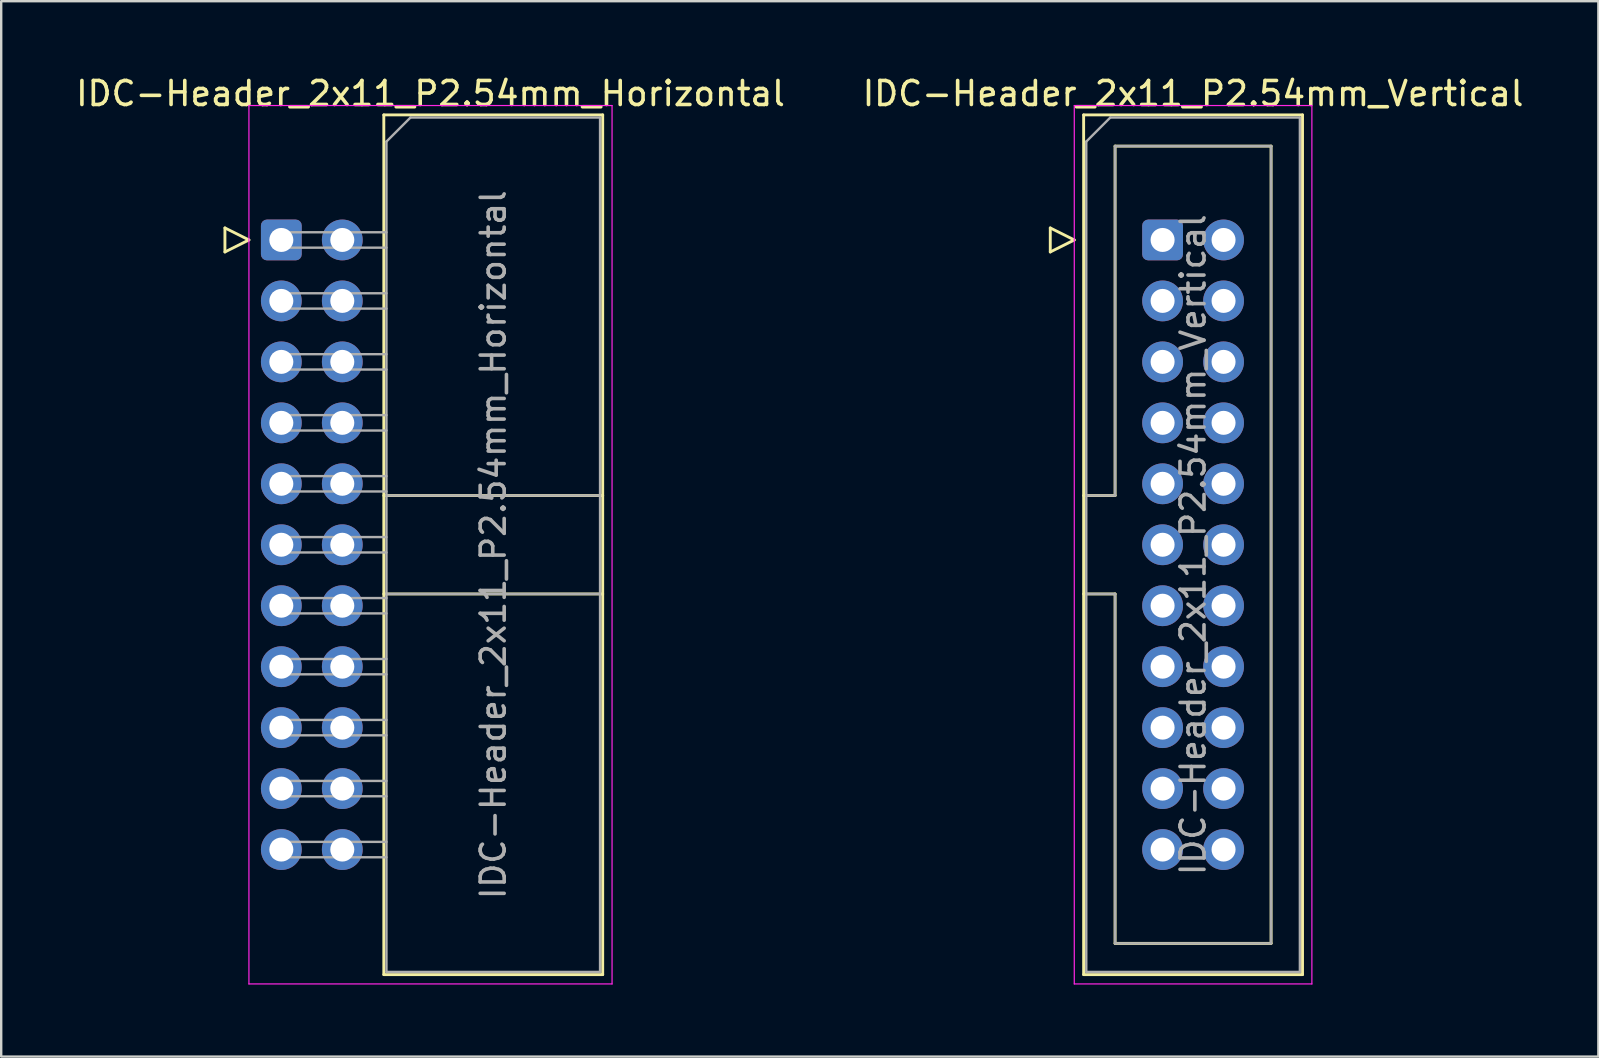
<source format=kicad_pcb>
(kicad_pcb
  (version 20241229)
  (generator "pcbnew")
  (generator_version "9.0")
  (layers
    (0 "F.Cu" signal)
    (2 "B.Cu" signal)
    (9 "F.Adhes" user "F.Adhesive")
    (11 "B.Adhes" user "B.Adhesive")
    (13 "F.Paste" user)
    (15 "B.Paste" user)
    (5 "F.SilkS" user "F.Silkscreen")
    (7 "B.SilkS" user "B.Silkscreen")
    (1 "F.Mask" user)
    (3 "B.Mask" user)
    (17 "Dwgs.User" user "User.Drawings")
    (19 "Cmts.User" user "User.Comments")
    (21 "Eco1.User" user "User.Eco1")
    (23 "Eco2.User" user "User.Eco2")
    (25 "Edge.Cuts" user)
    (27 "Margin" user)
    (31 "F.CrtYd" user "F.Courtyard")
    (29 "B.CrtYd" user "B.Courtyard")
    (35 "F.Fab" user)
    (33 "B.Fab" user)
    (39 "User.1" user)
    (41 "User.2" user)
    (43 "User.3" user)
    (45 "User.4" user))
  (footprint "IDC-Header_2x11_P2.54mm_Horizontal"
    (layer "F.Cu")
    (at 8.672 6.948)
    (property "Reference" "IDC-Header_2x11_P2.54mm_Horizontal" (at 6.215 -6.1 0) (layer "F.SilkS") (effects (font (size 1 1) (thickness 0.15))))
    (attr through_hole)
    (fp_line (start -2.35 -0.5) (end -2.35 0.5) (stroke (width 0.12) (type solid)) (layer "F.SilkS"))
    (fp_line (start -2.35 0.5) (end -1.35 0) (stroke (width 0.12) (type solid)) (layer "F.SilkS"))
    (fp_line (start -1.35 0) (end -2.35 -0.5) (stroke (width 0.12) (type solid)) (layer "F.SilkS"))
    (fp_line (start 4.27 -5.21) (end 13.39 -5.21) (stroke (width 0.12) (type solid)) (layer "F.SilkS"))
    (fp_line (start 4.27 10.65) (end 13.39 10.65) (stroke (width 0.12) (type solid)) (layer "F.SilkS"))
    (fp_line (start 4.27 14.75) (end 13.39 14.75) (stroke (width 0.12) (type solid)) (layer "F.SilkS"))
    (fp_line (start 4.27 30.61) (end 4.27 -5.21) (stroke (width 0.12) (type solid)) (layer "F.SilkS"))
    (fp_line (start 13.39 -5.21) (end 13.39 30.61) (stroke (width 0.12) (type solid)) (layer "F.SilkS"))
    (fp_line (start 13.39 30.61) (end 4.27 30.61) (stroke (width 0.12) (type solid)) (layer "F.SilkS"))
    (fp_line (start -1.35 -5.6) (end -1.35 31) (stroke (width 0.05) (type solid)) (layer "F.CrtYd"))
    (fp_line (start -1.35 31) (end 13.78 31) (stroke (width 0.05) (type solid)) (layer "F.CrtYd"))
    (fp_line (start 13.78 -5.6) (end -1.35 -5.6) (stroke (width 0.05) (type solid)) (layer "F.CrtYd"))
    (fp_line (start 13.78 31) (end 13.78 -5.6) (stroke (width 0.05) (type solid)) (layer "F.CrtYd"))
    (fp_line (start -0.32 -0.32) (end -0.32 0.32) (stroke (width 0.1) (type solid)) (layer "F.Fab"))
    (fp_line (start -0.32 0.32) (end 4.38 0.32) (stroke (width 0.1) (type solid)) (layer "F.Fab"))
    (fp_line (start -0.32 2.22) (end -0.32 2.86) (stroke (width 0.1) (type solid)) (layer "F.Fab"))
    (fp_line (start -0.32 2.86) (end 4.38 2.86) (stroke (width 0.1) (type solid)) (layer "F.Fab"))
    (fp_line (start -0.32 4.76) (end -0.32 5.4) (stroke (width 0.1) (type solid)) (layer "F.Fab"))
    (fp_line (start -0.32 5.4) (end 4.38 5.4) (stroke (width 0.1) (type solid)) (layer "F.Fab"))
    (fp_line (start -0.32 7.3) (end -0.32 7.94) (stroke (width 0.1) (type solid)) (layer "F.Fab"))
    (fp_line (start -0.32 7.94) (end 4.38 7.94) (stroke (width 0.1) (type solid)) (layer "F.Fab"))
    (fp_line (start -0.32 9.84) (end -0.32 10.48) (stroke (width 0.1) (type solid)) (layer "F.Fab"))
    (fp_line (start -0.32 10.48) (end 4.38 10.48) (stroke (width 0.1) (type solid)) (layer "F.Fab"))
    (fp_line (start -0.32 12.38) (end -0.32 13.02) (stroke (width 0.1) (type solid)) (layer "F.Fab"))
    (fp_line (start -0.32 13.02) (end 4.38 13.02) (stroke (width 0.1) (type solid)) (layer "F.Fab"))
    (fp_line (start -0.32 14.92) (end -0.32 15.56) (stroke (width 0.1) (type solid)) (layer "F.Fab"))
    (fp_line (start -0.32 15.56) (end 4.38 15.56) (stroke (width 0.1) (type solid)) (layer "F.Fab"))
    (fp_line (start -0.32 17.46) (end -0.32 18.1) (stroke (width 0.1) (type solid)) (layer "F.Fab"))
    (fp_line (start -0.32 18.1) (end 4.38 18.1) (stroke (width 0.1) (type solid)) (layer "F.Fab"))
    (fp_line (start -0.32 20) (end -0.32 20.64) (stroke (width 0.1) (type solid)) (layer "F.Fab"))
    (fp_line (start -0.32 20.64) (end 4.38 20.64) (stroke (width 0.1) (type solid)) (layer "F.Fab"))
    (fp_line (start -0.32 22.54) (end -0.32 23.18) (stroke (width 0.1) (type solid)) (layer "F.Fab"))
    (fp_line (start -0.32 23.18) (end 4.38 23.18) (stroke (width 0.1) (type solid)) (layer "F.Fab"))
    (fp_line (start -0.32 25.08) (end -0.32 25.72) (stroke (width 0.1) (type solid)) (layer "F.Fab"))
    (fp_line (start -0.32 25.72) (end 4.38 25.72) (stroke (width 0.1) (type solid)) (layer "F.Fab"))
    (fp_line (start 4.38 -4.1) (end 5.38 -5.1) (stroke (width 0.1) (type solid)) (layer "F.Fab"))
    (fp_line (start 4.38 -0.32) (end -0.32 -0.32) (stroke (width 0.1) (type solid)) (layer "F.Fab"))
    (fp_line (start 4.38 2.22) (end -0.32 2.22) (stroke (width 0.1) (type solid)) (layer "F.Fab"))
    (fp_line (start 4.38 4.76) (end -0.32 4.76) (stroke (width 0.1) (type solid)) (layer "F.Fab"))
    (fp_line (start 4.38 7.3) (end -0.32 7.3) (stroke (width 0.1) (type solid)) (layer "F.Fab"))
    (fp_line (start 4.38 9.84) (end -0.32 9.84) (stroke (width 0.1) (type solid)) (layer "F.Fab"))
    (fp_line (start 4.38 10.65) (end 13.28 10.65) (stroke (width 0.1) (type solid)) (layer "F.Fab"))
    (fp_line (start 4.38 12.38) (end -0.32 12.38) (stroke (width 0.1) (type solid)) (layer "F.Fab"))
    (fp_line (start 4.38 14.75) (end 13.28 14.75) (stroke (width 0.1) (type solid)) (layer "F.Fab"))
    (fp_line (start 4.38 14.92) (end -0.32 14.92) (stroke (width 0.1) (type solid)) (layer "F.Fab"))
    (fp_line (start 4.38 17.46) (end -0.32 17.46) (stroke (width 0.1) (type solid)) (layer "F.Fab"))
    (fp_line (start 4.38 20) (end -0.32 20) (stroke (width 0.1) (type solid)) (layer "F.Fab"))
    (fp_line (start 4.38 22.54) (end -0.32 22.54) (stroke (width 0.1) (type solid)) (layer "F.Fab"))
    (fp_line (start 4.38 25.08) (end -0.32 25.08) (stroke (width 0.1) (type solid)) (layer "F.Fab"))
    (fp_line (start 4.38 30.5) (end 4.38 -4.1) (stroke (width 0.1) (type solid)) (layer "F.Fab"))
    (fp_line (start 5.38 -5.1) (end 13.28 -5.1) (stroke (width 0.1) (type solid)) (layer "F.Fab"))
    (fp_line (start 13.28 -5.1) (end 13.28 30.5) (stroke (width 0.1) (type solid)) (layer "F.Fab"))
    (fp_line (start 13.28 30.5) (end 4.38 30.5) (stroke (width 0.1) (type solid)) (layer "F.Fab"))
    (fp_text user "${REFERENCE}" (at 8.83 12.7 90) (layer "F.Fab") (effects (font (size 1 1) (thickness 0.15))))
    (pad "1" thru_hole roundrect (at 0 0) (size 1.7 1.7) (drill 1) (layers "*.Cu" "*.Mask") (roundrect_rratio 0.147))
    (pad "2" thru_hole circle (at 2.54 0) (size 1.7 1.7) (drill 1) (layers "*.Cu" "*.Mask"))
    (pad "3" thru_hole circle (at 0 2.54) (size 1.7 1.7) (drill 1) (layers "*.Cu" "*.Mask"))
    (pad "4" thru_hole circle (at 2.54 2.54) (size 1.7 1.7) (drill 1) (layers "*.Cu" "*.Mask"))
    (pad "5" thru_hole circle (at 0 5.08) (size 1.7 1.7) (drill 1) (layers "*.Cu" "*.Mask"))
    (pad "6" thru_hole circle (at 2.54 5.08) (size 1.7 1.7) (drill 1) (layers "*.Cu" "*.Mask"))
    (pad "7" thru_hole circle (at 0 7.62) (size 1.7 1.7) (drill 1) (layers "*.Cu" "*.Mask"))
    (pad "8" thru_hole circle (at 2.54 7.62) (size 1.7 1.7) (drill 1) (layers "*.Cu" "*.Mask"))
    (pad "9" thru_hole circle (at 0 10.16) (size 1.7 1.7) (drill 1) (layers "*.Cu" "*.Mask"))
    (pad "10" thru_hole circle (at 2.54 10.16) (size 1.7 1.7) (drill 1) (layers "*.Cu" "*.Mask"))
    (pad "11" thru_hole circle (at 0 12.7) (size 1.7 1.7) (drill 1) (layers "*.Cu" "*.Mask"))
    (pad "12" thru_hole circle (at 2.54 12.7) (size 1.7 1.7) (drill 1) (layers "*.Cu" "*.Mask"))
    (pad "13" thru_hole circle (at 0 15.24) (size 1.7 1.7) (drill 1) (layers "*.Cu" "*.Mask"))
    (pad "14" thru_hole circle (at 2.54 15.24) (size 1.7 1.7) (drill 1) (layers "*.Cu" "*.Mask"))
    (pad "15" thru_hole circle (at 0 17.78) (size 1.7 1.7) (drill 1) (layers "*.Cu" "*.Mask"))
    (pad "16" thru_hole circle (at 2.54 17.78) (size 1.7 1.7) (drill 1) (layers "*.Cu" "*.Mask"))
    (pad "17" thru_hole circle (at 0 20.32) (size 1.7 1.7) (drill 1) (layers "*.Cu" "*.Mask"))
    (pad "18" thru_hole circle (at 2.54 20.32) (size 1.7 1.7) (drill 1) (layers "*.Cu" "*.Mask"))
    (pad "19" thru_hole circle (at 0 22.86) (size 1.7 1.7) (drill 1) (layers "*.Cu" "*.Mask"))
    (pad "20" thru_hole circle (at 2.54 22.86) (size 1.7 1.7) (drill 1) (layers "*.Cu" "*.Mask"))
    (pad "21" thru_hole circle (at 0 25.4) (size 1.7 1.7) (drill 1) (layers "*.Cu" "*.Mask"))
    (pad "22" thru_hole circle (at 2.54 25.4) (size 1.7 1.7) (drill 1) (layers "*.Cu" "*.Mask")))
  (footprint "IDC-Header_2x11_P2.54mm_Vertical"
    (layer "F.Cu")
    (at 45.391 6.948)
    (property "Reference" "IDC-Header_2x11_P2.54mm_Vertical" (at 1.27 -6.1 0) (layer "F.SilkS") (effects (font (size 1 1) (thickness 0.15))))
    (attr through_hole)
    (fp_line (start -4.68 -0.5) (end -4.68 0.5) (stroke (width 0.12) (type solid)) (layer "F.SilkS"))
    (fp_line (start -4.68 0.5) (end -3.68 0) (stroke (width 0.12) (type solid)) (layer "F.SilkS"))
    (fp_line (start -3.68 0) (end -4.68 -0.5) (stroke (width 0.12) (type solid)) (layer "F.SilkS"))
    (fp_line (start -3.29 -5.21) (end 5.83 -5.21) (stroke (width 0.12) (type solid)) (layer "F.SilkS"))
    (fp_line (start -3.29 10.65) (end -1.98 10.65) (stroke (width 0.12) (type solid)) (layer "F.SilkS"))
    (fp_line (start -3.29 30.61) (end -3.29 -5.21) (stroke (width 0.12) (type solid)) (layer "F.SilkS"))
    (fp_line (start -1.98 -3.91) (end 4.52 -3.91) (stroke (width 0.12) (type solid)) (layer "F.SilkS"))
    (fp_line (start -1.98 10.65) (end -1.98 -3.91) (stroke (width 0.12) (type solid)) (layer "F.SilkS"))
    (fp_line (start -1.98 14.75) (end -3.29 14.75) (stroke (width 0.12) (type solid)) (layer "F.SilkS"))
    (fp_line (start -1.98 29.31) (end -1.98 14.75) (stroke (width 0.12) (type solid)) (layer "F.SilkS"))
    (fp_line (start 4.52 -3.91) (end 4.52 29.31) (stroke (width 0.12) (type solid)) (layer "F.SilkS"))
    (fp_line (start 4.52 29.31) (end -1.98 29.31) (stroke (width 0.12) (type solid)) (layer "F.SilkS"))
    (fp_line (start 5.83 -5.21) (end 5.83 30.61) (stroke (width 0.12) (type solid)) (layer "F.SilkS"))
    (fp_line (start 5.83 30.61) (end -3.29 30.61) (stroke (width 0.12) (type solid)) (layer "F.SilkS"))
    (fp_line (start -3.68 -5.6) (end -3.68 31) (stroke (width 0.05) (type solid)) (layer "F.CrtYd"))
    (fp_line (start -3.68 31) (end 6.22 31) (stroke (width 0.05) (type solid)) (layer "F.CrtYd"))
    (fp_line (start 6.22 -5.6) (end -3.68 -5.6) (stroke (width 0.05) (type solid)) (layer "F.CrtYd"))
    (fp_line (start 6.22 31) (end 6.22 -5.6) (stroke (width 0.05) (type solid)) (layer "F.CrtYd"))
    (fp_line (start -3.18 -4.1) (end -2.18 -5.1) (stroke (width 0.1) (type solid)) (layer "F.Fab"))
    (fp_line (start -3.18 10.65) (end -1.98 10.65) (stroke (width 0.1) (type solid)) (layer "F.Fab"))
    (fp_line (start -3.18 30.5) (end -3.18 -4.1) (stroke (width 0.1) (type solid)) (layer "F.Fab"))
    (fp_line (start -2.18 -5.1) (end 5.72 -5.1) (stroke (width 0.1) (type solid)) (layer "F.Fab"))
    (fp_line (start -1.98 -3.91) (end 4.52 -3.91) (stroke (width 0.1) (type solid)) (layer "F.Fab"))
    (fp_line (start -1.98 10.65) (end -1.98 -3.91) (stroke (width 0.1) (type solid)) (layer "F.Fab"))
    (fp_line (start -1.98 14.75) (end -3.18 14.75) (stroke (width 0.1) (type solid)) (layer "F.Fab"))
    (fp_line (start -1.98 29.31) (end -1.98 14.75) (stroke (width 0.1) (type solid)) (layer "F.Fab"))
    (fp_line (start 4.52 -3.91) (end 4.52 29.31) (stroke (width 0.1) (type solid)) (layer "F.Fab"))
    (fp_line (start 4.52 29.31) (end -1.98 29.31) (stroke (width 0.1) (type solid)) (layer "F.Fab"))
    (fp_line (start 5.72 -5.1) (end 5.72 30.5) (stroke (width 0.1) (type solid)) (layer "F.Fab"))
    (fp_line (start 5.72 30.5) (end -3.18 30.5) (stroke (width 0.1) (type solid)) (layer "F.Fab"))
    (fp_text user "${REFERENCE}" (at 1.27 12.7 90) (layer "F.Fab") (effects (font (size 1 1) (thickness 0.15))))
    (pad "1" thru_hole roundrect (at 0 0) (size 1.7 1.7) (drill 1) (layers "*.Cu" "*.Mask") (roundrect_rratio 0.147))
    (pad "2" thru_hole circle (at 2.54 0) (size 1.7 1.7) (drill 1) (layers "*.Cu" "*.Mask"))
    (pad "3" thru_hole circle (at 0 2.54) (size 1.7 1.7) (drill 1) (layers "*.Cu" "*.Mask"))
    (pad "4" thru_hole circle (at 2.54 2.54) (size 1.7 1.7) (drill 1) (layers "*.Cu" "*.Mask"))
    (pad "5" thru_hole circle (at 0 5.08) (size 1.7 1.7) (drill 1) (layers "*.Cu" "*.Mask"))
    (pad "6" thru_hole circle (at 2.54 5.08) (size 1.7 1.7) (drill 1) (layers "*.Cu" "*.Mask"))
    (pad "7" thru_hole circle (at 0 7.62) (size 1.7 1.7) (drill 1) (layers "*.Cu" "*.Mask"))
    (pad "8" thru_hole circle (at 2.54 7.62) (size 1.7 1.7) (drill 1) (layers "*.Cu" "*.Mask"))
    (pad "9" thru_hole circle (at 0 10.16) (size 1.7 1.7) (drill 1) (layers "*.Cu" "*.Mask"))
    (pad "10" thru_hole circle (at 2.54 10.16) (size 1.7 1.7) (drill 1) (layers "*.Cu" "*.Mask"))
    (pad "11" thru_hole circle (at 0 12.7) (size 1.7 1.7) (drill 1) (layers "*.Cu" "*.Mask"))
    (pad "12" thru_hole circle (at 2.54 12.7) (size 1.7 1.7) (drill 1) (layers "*.Cu" "*.Mask"))
    (pad "13" thru_hole circle (at 0 15.24) (size 1.7 1.7) (drill 1) (layers "*.Cu" "*.Mask"))
    (pad "14" thru_hole circle (at 2.54 15.24) (size 1.7 1.7) (drill 1) (layers "*.Cu" "*.Mask"))
    (pad "15" thru_hole circle (at 0 17.78) (size 1.7 1.7) (drill 1) (layers "*.Cu" "*.Mask"))
    (pad "16" thru_hole circle (at 2.54 17.78) (size 1.7 1.7) (drill 1) (layers "*.Cu" "*.Mask"))
    (pad "17" thru_hole circle (at 0 20.32) (size 1.7 1.7) (drill 1) (layers "*.Cu" "*.Mask"))
    (pad "18" thru_hole circle (at 2.54 20.32) (size 1.7 1.7) (drill 1) (layers "*.Cu" "*.Mask"))
    (pad "19" thru_hole circle (at 0 22.86) (size 1.7 1.7) (drill 1) (layers "*.Cu" "*.Mask"))
    (pad "20" thru_hole circle (at 2.54 22.86) (size 1.7 1.7) (drill 1) (layers "*.Cu" "*.Mask"))
    (pad "21" thru_hole circle (at 0 25.4) (size 1.7 1.7) (drill 1) (layers "*.Cu" "*.Mask"))
    (pad "22" thru_hole circle (at 2.54 25.4) (size 1.7 1.7) (drill 1) (layers "*.Cu" "*.Mask")))
  (gr_rect
    (start -3 -3)
    (end 63.548 40.973)
    (stroke (width 0.1) (type default))
    (fill no)
    (layer "Edge.Cuts")))
</source>
